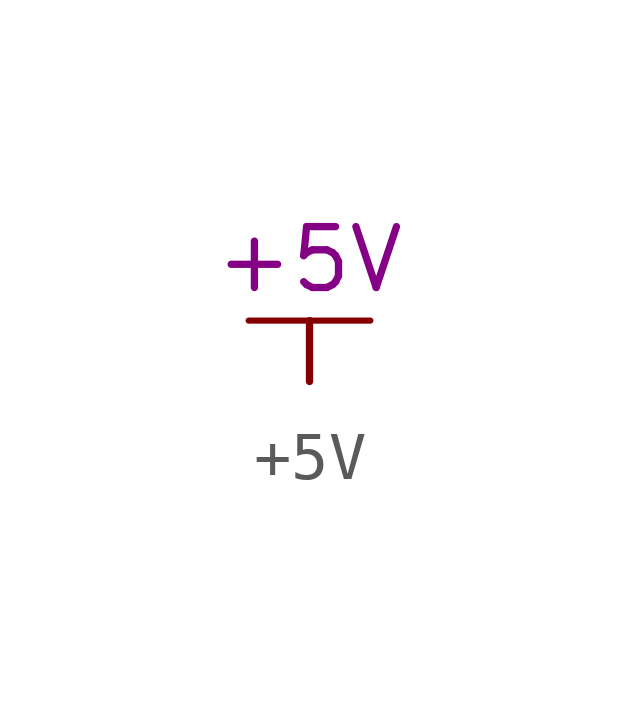
<source format=kicad_sym>
(kicad_symbol_lib
  (version 20211014)
  (generator kicad_symbol_editor)
  (symbol "+5V"
    (power)
    (pin_numbers hide)
    (pin_names
      (offset 0) hide)
    (property "Reference" "#PWR"
      (at 5.08 1.27 0)
      (effects (font (size 1.27 1.27)) hide))
    (property "PartValue" "+5V"
      (at 0 2.54 0)
      (effects (font (size 1.27 1.27))))
    (symbol "+5V_0_1"
      (polyline (pts (xy -1.27 1.27) (xy 1.27 1.27)) (stroke (width 0.127) (type default) (color 0 0 0 0)) (fill (type none))))
    (symbol "+5V_1_1"
      (pin power_in line (at 0 0 90) (length 1.27) (name "+5V" (effects (font (size 1.27 1.27)))) (number "1" (effects (font (size 1.27 1.27))))))))
</source>
